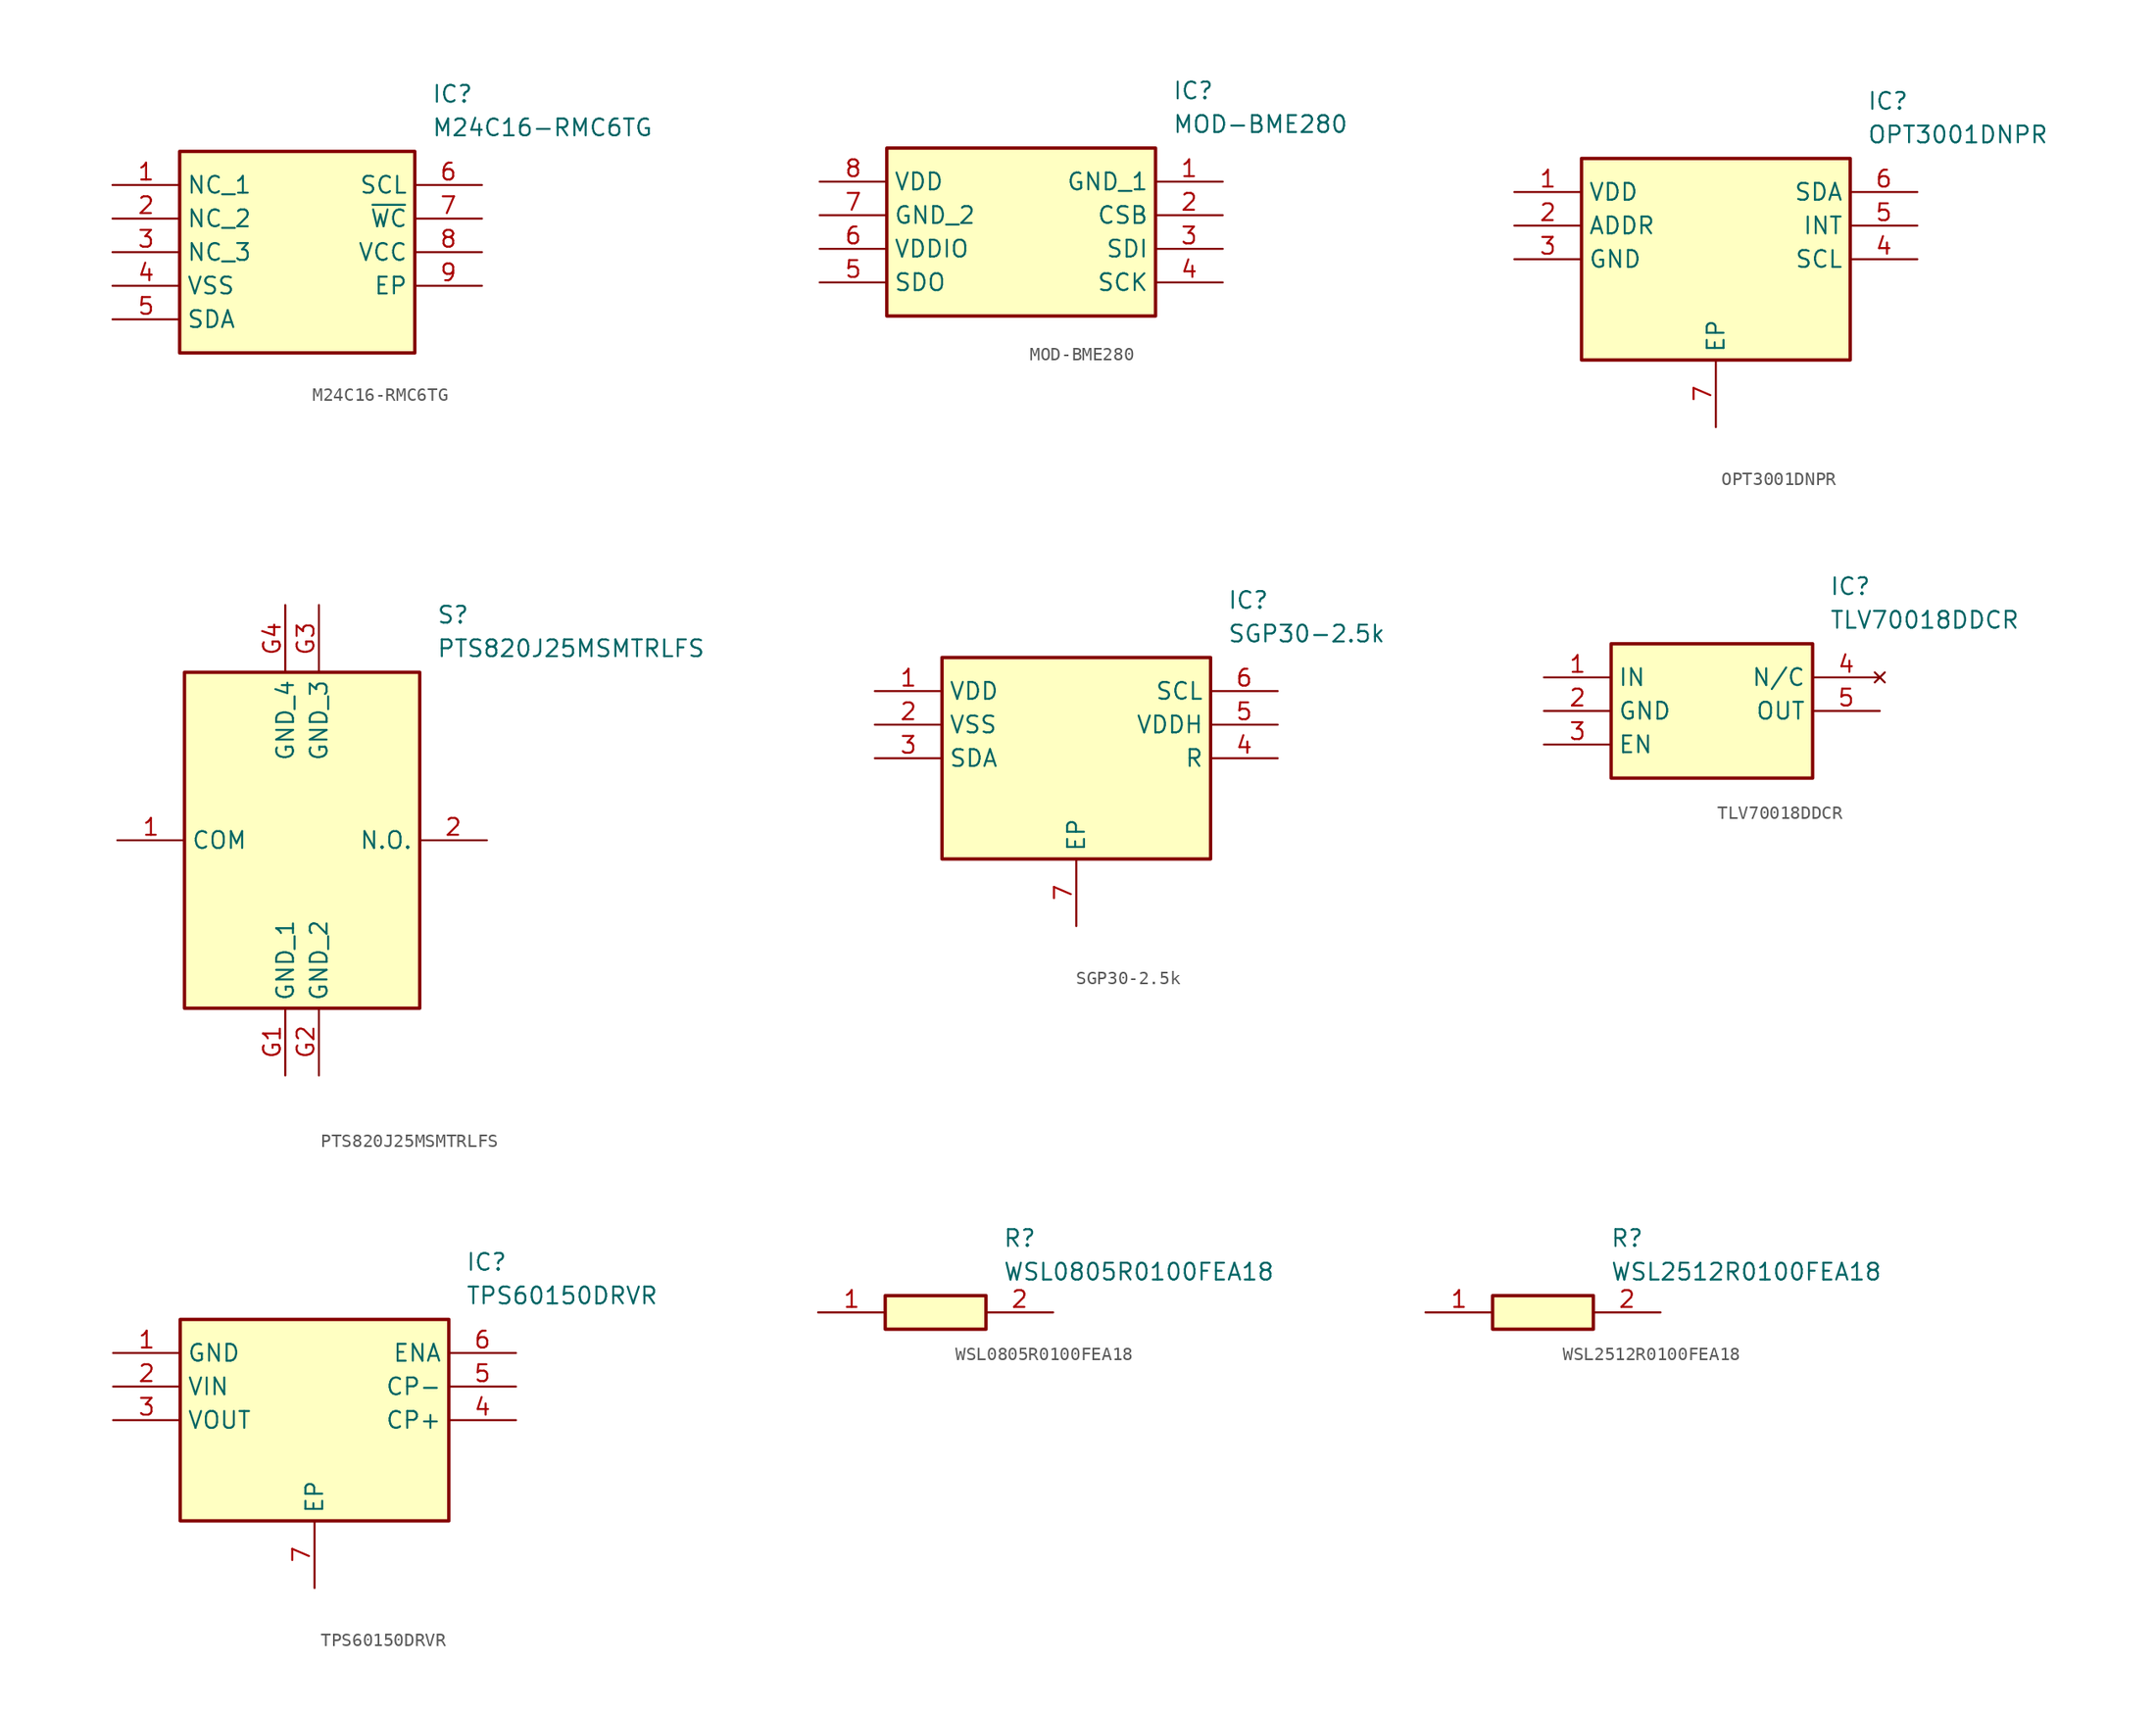
<source format=kicad_sym>
(kicad_symbol_lib
  (version 20231120)
  (generator "kicad_symbol_editor")
  (generator_version "8.0")
  (symbol "M24C16-RMC6TG"
    (property "Reference" "IC"
      (at 24.13 7.62 0)
      (effects (font (size 1.27 1.27)) (justify left top)))
    (property "Value" "M24C16-RMC6TG"
      (at 24.13 5.08 0)
      (effects (font (size 1.27 1.27)) (justify left top)))
    (symbol "M24C16-RMC6TG_1_1"
      (rectangle (start 5.08 2.54) (end 22.86 -12.7) (stroke (width 0.254) (type default)) (fill (type background)))
      (pin passive line (at 0 0 0) (length 5.08) (name "NC_1" (effects (font (size 1.27 1.27)))) (number "1" (effects (font (size 1.27 1.27)))))
      (pin passive line (at 0 -2.54 0) (length 5.08) (name "NC_2" (effects (font (size 1.27 1.27)))) (number "2" (effects (font (size 1.27 1.27)))))
      (pin passive line (at 0 -5.08 0) (length 5.08) (name "NC_3" (effects (font (size 1.27 1.27)))) (number "3" (effects (font (size 1.27 1.27)))))
      (pin passive line (at 0 -7.62 0) (length 5.08) (name "VSS" (effects (font (size 1.27 1.27)))) (number "4" (effects (font (size 1.27 1.27)))))
      (pin passive line (at 0 -10.16 0) (length 5.08) (name "SDA" (effects (font (size 1.27 1.27)))) (number "5" (effects (font (size 1.27 1.27)))))
      (pin passive line (at 27.94 0 180) (length 5.08) (name "SCL" (effects (font (size 1.27 1.27)))) (number "6" (effects (font (size 1.27 1.27)))))
      (pin passive line (at 27.94 -2.54 180) (length 5.08) (name "~{WC}" (effects (font (size 1.27 1.27)))) (number "7" (effects (font (size 1.27 1.27)))))
      (pin passive line (at 27.94 -5.08 180) (length 5.08) (name "VCC" (effects (font (size 1.27 1.27)))) (number "8" (effects (font (size 1.27 1.27)))))
      (pin passive line (at 27.94 -7.62 180) (length 5.08) (name "EP" (effects (font (size 1.27 1.27)))) (number "9" (effects (font (size 1.27 1.27)))))))
  (symbol "MOD-BME280"
    (property "Reference" "IC"
      (at 26.67 7.62 0)
      (effects (font (size 1.27 1.27)) (justify left top)))
    (property "Value" "MOD-BME280"
      (at 26.67 5.08 0)
      (effects (font (size 1.27 1.27)) (justify left top)))
    (rectangle
      (start 5.08 2.54)
      (end 25.4 -10.16)
      (stroke (width 0.254) (type default))
      (fill (type background)))
    (pin passive line
      (at 30.48 0 180)
      (length 5.08)
      (name "GND_1" (effects (font (size 1.27 1.27))))
      (number "1" (effects (font (size 1.27 1.27)))))
    (pin passive line
      (at 30.48 -2.54 180)
      (length 5.08)
      (name "CSB" (effects (font (size 1.27 1.27))))
      (number "2" (effects (font (size 1.27 1.27)))))
    (pin passive line
      (at 30.48 -5.08 180)
      (length 5.08)
      (name "SDI" (effects (font (size 1.27 1.27))))
      (number "3" (effects (font (size 1.27 1.27)))))
    (pin passive line
      (at 30.48 -7.62 180)
      (length 5.08)
      (name "SCK" (effects (font (size 1.27 1.27))))
      (number "4" (effects (font (size 1.27 1.27)))))
    (pin passive line
      (at 0 -7.62 0)
      (length 5.08)
      (name "SDO" (effects (font (size 1.27 1.27))))
      (number "5" (effects (font (size 1.27 1.27)))))
    (pin passive line
      (at 0 -5.08 0)
      (length 5.08)
      (name "VDDIO" (effects (font (size 1.27 1.27))))
      (number "6" (effects (font (size 1.27 1.27)))))
    (pin passive line
      (at 0 -2.54 0)
      (length 5.08)
      (name "GND_2" (effects (font (size 1.27 1.27))))
      (number "7" (effects (font (size 1.27 1.27)))))
    (pin passive line
      (at 0 0 0)
      (length 5.08)
      (name "VDD" (effects (font (size 1.27 1.27))))
      (number "8" (effects (font (size 1.27 1.27))))))
  (symbol "OPT3001DNPR"
    (property "Reference" "IC"
      (at 26.67 7.62 0)
      (effects (font (size 1.27 1.27)) (justify left top)))
    (property "Value" "OPT3001DNPR"
      (at 26.67 5.08 0)
      (effects (font (size 1.27 1.27)) (justify left top)))
    (rectangle
      (start 5.08 2.54)
      (end 25.4 -12.7)
      (stroke (width 0.254) (type default))
      (fill (type background)))
    (pin passive line
      (at 0 0 0)
      (length 5.08)
      (name "VDD" (effects (font (size 1.27 1.27))))
      (number "1" (effects (font (size 1.27 1.27)))))
    (pin passive line
      (at 0 -2.54 0)
      (length 5.08)
      (name "ADDR" (effects (font (size 1.27 1.27))))
      (number "2" (effects (font (size 1.27 1.27)))))
    (pin passive line
      (at 0 -5.08 0)
      (length 5.08)
      (name "GND" (effects (font (size 1.27 1.27))))
      (number "3" (effects (font (size 1.27 1.27)))))
    (pin passive line
      (at 15.24 -17.78 90)
      (length 5.08)
      (name "EP" (effects (font (size 1.27 1.27))))
      (number "7" (effects (font (size 1.27 1.27)))))
    (pin passive line
      (at 30.48 0 180)
      (length 5.08)
      (name "SDA" (effects (font (size 1.27 1.27))))
      (number "6" (effects (font (size 1.27 1.27)))))
    (pin passive line
      (at 30.48 -2.54 180)
      (length 5.08)
      (name "INT" (effects (font (size 1.27 1.27))))
      (number "5" (effects (font (size 1.27 1.27)))))
    (pin passive line
      (at 30.48 -5.08 180)
      (length 5.08)
      (name "SCL" (effects (font (size 1.27 1.27))))
      (number "4" (effects (font (size 1.27 1.27))))))
  (symbol "PTS820J25MSMTRLFS"
    (property "Reference" "S"
      (at 24.13 17.78 0)
      (effects (font (size 1.27 1.27)) (justify left top)))
    (property "Value" "PTS820J25MSMTRLFS"
      (at 24.13 15.24 0)
      (effects (font (size 1.27 1.27)) (justify left top)))
    (symbol "PTS820J25MSMTRLFS_1_1"
      (rectangle (start 5.08 12.7) (end 22.86 -12.7) (stroke (width 0.254) (type default)) (fill (type background)))
      (pin passive line (at 0 0 0) (length 5.08) (name "COM" (effects (font (size 1.27 1.27)))) (number "1" (effects (font (size 1.27 1.27)))))
      (pin passive line (at 27.94 0 180) (length 5.08) (name "N.O." (effects (font (size 1.27 1.27)))) (number "2" (effects (font (size 1.27 1.27)))))
      (pin passive line (at 12.7 -17.78 90) (length 5.08) (name "GND_1" (effects (font (size 1.27 1.27)))) (number "G1" (effects (font (size 1.27 1.27)))))
      (pin passive line (at 15.24 -17.78 90) (length 5.08) (name "GND_2" (effects (font (size 1.27 1.27)))) (number "G2" (effects (font (size 1.27 1.27)))))
      (pin passive line (at 15.24 17.78 270) (length 5.08) (name "GND_3" (effects (font (size 1.27 1.27)))) (number "G3" (effects (font (size 1.27 1.27)))))
      (pin passive line (at 12.7 17.78 270) (length 5.08) (name "GND_4" (effects (font (size 1.27 1.27)))) (number "G4" (effects (font (size 1.27 1.27)))))))
  (symbol "SGP30-2.5k"
    (property "Reference" "IC"
      (at 26.67 7.62 0)
      (effects (font (size 1.27 1.27)) (justify left top)))
    (property "Value" "SGP30-2.5k"
      (at 26.67 5.08 0)
      (effects (font (size 1.27 1.27)) (justify left top)))
    (rectangle
      (start 5.08 2.54)
      (end 25.4 -12.7)
      (stroke (width 0.254) (type default))
      (fill (type background)))
    (pin power_in line
      (at 0 0 0)
      (length 5.08)
      (name "VDD" (effects (font (size 1.27 1.27))))
      (number "1" (effects (font (size 1.27 1.27)))))
    (pin power_in line
      (at 0 -2.54 0)
      (length 5.08)
      (name "VSS" (effects (font (size 1.27 1.27))))
      (number "2" (effects (font (size 1.27 1.27)))))
    (pin bidirectional line
      (at 0 -5.08 0)
      (length 5.08)
      (name "SDA" (effects (font (size 1.27 1.27))))
      (number "3" (effects (font (size 1.27 1.27)))))
    (pin passive line
      (at 15.24 -17.78 90)
      (length 5.08)
      (name "EP" (effects (font (size 1.27 1.27))))
      (number "7" (effects (font (size 1.27 1.27)))))
    (pin bidirectional line
      (at 30.48 0 180)
      (length 5.08)
      (name "SCL" (effects (font (size 1.27 1.27))))
      (number "6" (effects (font (size 1.27 1.27)))))
    (pin power_in line
      (at 30.48 -2.54 180)
      (length 5.08)
      (name "VDDH" (effects (font (size 1.27 1.27))))
      (number "5" (effects (font (size 1.27 1.27)))))
    (pin power_in line
      (at 30.48 -5.08 180)
      (length 5.08)
      (name "R" (effects (font (size 1.27 1.27))))
      (number "4" (effects (font (size 1.27 1.27))))))
  (symbol "TLV70018DDCR"
    (property "Reference" "IC"
      (at 21.59 7.62 0)
      (effects (font (size 1.27 1.27)) (justify left top)))
    (property "Value" "TLV70018DDCR"
      (at 21.59 5.08 0)
      (effects (font (size 1.27 1.27)) (justify left top)))
    (rectangle
      (start 5.08 2.54)
      (end 20.32 -7.62)
      (stroke (width 0.254) (type default))
      (fill (type background)))
    (pin passive line
      (at 0 0 0)
      (length 5.08)
      (name "IN" (effects (font (size 1.27 1.27))))
      (number "1" (effects (font (size 1.27 1.27)))))
    (pin passive line
      (at 0 -2.54 0)
      (length 5.08)
      (name "GND" (effects (font (size 1.27 1.27))))
      (number "2" (effects (font (size 1.27 1.27)))))
    (pin passive line
      (at 0 -5.08 0)
      (length 5.08)
      (name "EN" (effects (font (size 1.27 1.27))))
      (number "3" (effects (font (size 1.27 1.27)))))
    (pin no_connect line
      (at 25.4 0 180)
      (length 5.08)
      (name "N/C" (effects (font (size 1.27 1.27))))
      (number "4" (effects (font (size 1.27 1.27)))))
    (pin passive line
      (at 25.4 -2.54 180)
      (length 5.08)
      (name "OUT" (effects (font (size 1.27 1.27))))
      (number "5" (effects (font (size 1.27 1.27))))))
  (symbol "TPS60150DRVR"
    (property "Reference" "IC"
      (at 26.67 7.62 0)
      (effects (font (size 1.27 1.27)) (justify left top)))
    (property "Value" "TPS60150DRVR"
      (at 26.67 5.08 0)
      (effects (font (size 1.27 1.27)) (justify left top)))
    (rectangle
      (start 5.08 2.54)
      (end 25.4 -12.7)
      (stroke (width 0.254) (type default))
      (fill (type background)))
    (pin passive line
      (at 0 0 0)
      (length 5.08)
      (name "GND" (effects (font (size 1.27 1.27))))
      (number "1" (effects (font (size 1.27 1.27)))))
    (pin passive line
      (at 0 -2.54 0)
      (length 5.08)
      (name "VIN" (effects (font (size 1.27 1.27))))
      (number "2" (effects (font (size 1.27 1.27)))))
    (pin passive line
      (at 0 -5.08 0)
      (length 5.08)
      (name "VOUT" (effects (font (size 1.27 1.27))))
      (number "3" (effects (font (size 1.27 1.27)))))
    (pin passive line
      (at 15.24 -17.78 90)
      (length 5.08)
      (name "EP" (effects (font (size 1.27 1.27))))
      (number "7" (effects (font (size 1.27 1.27)))))
    (pin passive line
      (at 30.48 0 180)
      (length 5.08)
      (name "ENA" (effects (font (size 1.27 1.27))))
      (number "6" (effects (font (size 1.27 1.27)))))
    (pin passive line
      (at 30.48 -2.54 180)
      (length 5.08)
      (name "CP-" (effects (font (size 1.27 1.27))))
      (number "5" (effects (font (size 1.27 1.27)))))
    (pin passive line
      (at 30.48 -5.08 180)
      (length 5.08)
      (name "CP+" (effects (font (size 1.27 1.27))))
      (number "4" (effects (font (size 1.27 1.27))))))
  (symbol "WSL0805R0100FEA18"
    (pin_names hide)
    (property "Reference" "R"
      (at 13.97 6.35 0)
      (effects (font (size 1.27 1.27)) (justify left top)))
    (property "Value" "WSL0805R0100FEA18"
      (at 13.97 3.81 0)
      (effects (font (size 1.27 1.27)) (justify left top)))
    (symbol "WSL0805R0100FEA18_1_1"
      (rectangle (start 5.08 1.27) (end 12.7 -1.27) (stroke (width 0.254) (type default)) (fill (type background)))
      (pin passive line (at 0 0 0) (length 5.08) (name "1" (effects (font (size 1.27 1.27)))) (number "1" (effects (font (size 1.27 1.27)))))
      (pin passive line (at 17.78 0 180) (length 5.08) (name "2" (effects (font (size 1.27 1.27)))) (number "2" (effects (font (size 1.27 1.27)))))))
  (symbol "WSL2512R0100FEA18"
    (pin_names hide)
    (property "Reference" "R"
      (at 13.97 6.35 0)
      (effects (font (size 1.27 1.27)) (justify left top)))
    (property "Value" "WSL2512R0100FEA18"
      (at 13.97 3.81 0)
      (effects (font (size 1.27 1.27)) (justify left top)))
    (symbol "WSL2512R0100FEA18_1_1"
      (rectangle (start 5.08 1.27) (end 12.7 -1.27) (stroke (width 0.254) (type default)) (fill (type background)))
      (pin passive line (at 0 0 0) (length 5.08) (name "1" (effects (font (size 1.27 1.27)))) (number "1" (effects (font (size 1.27 1.27)))))
      (pin passive line (at 17.78 0 180) (length 5.08) (name "2" (effects (font (size 1.27 1.27)))) (number "2" (effects (font (size 1.27 1.27))))))))
</source>
